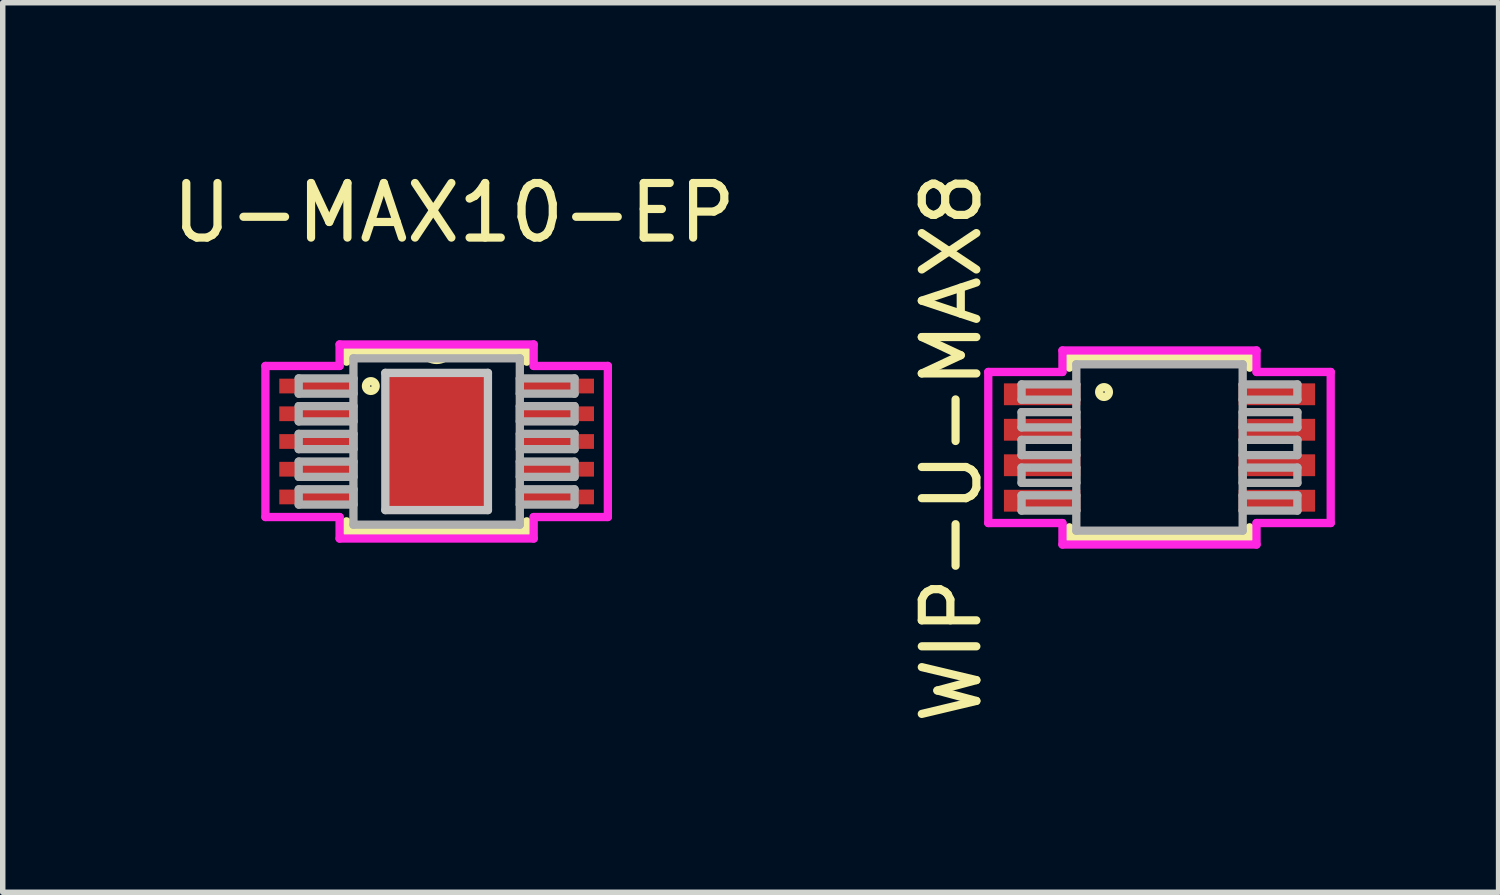
<source format=kicad_pcb>
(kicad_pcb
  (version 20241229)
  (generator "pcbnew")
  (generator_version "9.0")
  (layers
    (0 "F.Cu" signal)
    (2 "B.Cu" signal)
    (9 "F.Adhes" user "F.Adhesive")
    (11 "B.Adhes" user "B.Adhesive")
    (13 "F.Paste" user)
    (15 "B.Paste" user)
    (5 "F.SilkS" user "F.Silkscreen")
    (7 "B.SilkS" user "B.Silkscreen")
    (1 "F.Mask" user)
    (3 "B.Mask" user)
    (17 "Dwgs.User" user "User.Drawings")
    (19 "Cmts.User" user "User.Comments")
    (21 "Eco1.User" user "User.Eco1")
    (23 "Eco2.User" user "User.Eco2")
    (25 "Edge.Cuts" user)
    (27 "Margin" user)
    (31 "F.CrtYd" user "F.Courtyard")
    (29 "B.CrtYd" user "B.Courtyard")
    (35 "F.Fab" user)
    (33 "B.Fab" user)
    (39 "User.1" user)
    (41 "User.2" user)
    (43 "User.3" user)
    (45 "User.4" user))
  (footprint "U-MAX10-EP"
    (layer "F.Cu")
    (at 4.95 5.039)
    (property "Reference" "U-MAX10-EP" (at 0.318 -4.191 0) (layer "F.SilkS") (effects (font (size 1 1) (thickness 0.15))))
    (attr smd)
    (fp_line (start -1.651 -1.651) (end -1.651 -1.463) (stroke (width 0.152) (type solid)) (layer "F.SilkS"))
    (fp_line (start -1.651 1.463) (end -1.651 1.651) (stroke (width 0.152) (type solid)) (layer "F.SilkS"))
    (fp_line (start -1.651 1.651) (end 1.651 1.651) (stroke (width 0.152) (type solid)) (layer "F.SilkS"))
    (fp_line (start 1.651 -1.651) (end -1.651 -1.651) (stroke (width 0.152) (type solid)) (layer "F.SilkS"))
    (fp_line (start 1.651 -1.463) (end 1.651 -1.651) (stroke (width 0.152) (type solid)) (layer "F.SilkS"))
    (fp_line (start 1.651 1.651) (end 1.651 1.463) (stroke (width 0.152) (type solid)) (layer "F.SilkS"))
    (fp_arc (start 0.254 -1.651) (mid 0 -1.494019) (end -0.254 -1.651) (stroke (width 0.1524) (type solid)) (layer "F.SilkS"))
    (fp_circle (center -1.206 -1.016) (end -1.143 -0.953) (stroke (width 0.152) (type solid)) (fill no) (layer "F.SilkS"))
    (fp_line (start -0.94 -1.257) (end -0.94 1.257) (stroke (width 0.152) (type solid)) (layer "Dwgs.User"))
    (fp_line (start -0.94 1.257) (end 0.94 1.257) (stroke (width 0.152) (type solid)) (layer "Dwgs.User"))
    (fp_line (start 0.94 -1.257) (end -0.94 -1.257) (stroke (width 0.152) (type solid)) (layer "Dwgs.User"))
    (fp_line (start 0.94 1.257) (end 0.94 -1.257) (stroke (width 0.152) (type solid)) (layer "Dwgs.User"))
    (fp_line (start -3.137 -1.384) (end -1.778 -1.384) (stroke (width 0.152) (type solid)) (layer "F.CrtYd"))
    (fp_line (start -3.137 1.384) (end -3.137 -1.384) (stroke (width 0.152) (type solid)) (layer "F.CrtYd"))
    (fp_line (start -1.778 -1.778) (end 1.778 -1.778) (stroke (width 0.152) (type solid)) (layer "F.CrtYd"))
    (fp_line (start -1.778 -1.384) (end -1.778 -1.778) (stroke (width 0.152) (type solid)) (layer "F.CrtYd"))
    (fp_line (start -1.778 1.384) (end -3.137 1.384) (stroke (width 0.152) (type solid)) (layer "F.CrtYd"))
    (fp_line (start -1.778 1.778) (end -1.778 1.384) (stroke (width 0.152) (type solid)) (layer "F.CrtYd"))
    (fp_line (start 1.778 -1.778) (end 1.778 -1.384) (stroke (width 0.152) (type solid)) (layer "F.CrtYd"))
    (fp_line (start 1.778 -1.384) (end 3.137 -1.384) (stroke (width 0.152) (type solid)) (layer "F.CrtYd"))
    (fp_line (start 1.778 1.384) (end 1.778 1.778) (stroke (width 0.152) (type solid)) (layer "F.CrtYd"))
    (fp_line (start 1.778 1.778) (end -1.778 1.778) (stroke (width 0.152) (type solid)) (layer "F.CrtYd"))
    (fp_line (start 3.137 -1.384) (end 3.137 1.384) (stroke (width 0.152) (type solid)) (layer "F.CrtYd"))
    (fp_line (start 3.137 1.384) (end 1.778 1.384) (stroke (width 0.152) (type solid)) (layer "F.CrtYd"))
    (fp_line (start -2.527 -1.156) (end -2.527 -0.876) (stroke (width 0.152) (type solid)) (layer "F.Fab"))
    (fp_line (start -2.527 -0.876) (end -1.524 -0.876) (stroke (width 0.152) (type solid)) (layer "F.Fab"))
    (fp_line (start -2.527 -0.648) (end -2.527 -0.368) (stroke (width 0.152) (type solid)) (layer "F.Fab"))
    (fp_line (start -2.527 -0.368) (end -1.524 -0.368) (stroke (width 0.152) (type solid)) (layer "F.Fab"))
    (fp_line (start -2.527 -0.14) (end -2.527 0.14) (stroke (width 0.152) (type solid)) (layer "F.Fab"))
    (fp_line (start -2.527 0.14) (end -1.524 0.14) (stroke (width 0.152) (type solid)) (layer "F.Fab"))
    (fp_line (start -2.527 0.368) (end -2.527 0.648) (stroke (width 0.152) (type solid)) (layer "F.Fab"))
    (fp_line (start -2.527 0.648) (end -1.524 0.648) (stroke (width 0.152) (type solid)) (layer "F.Fab"))
    (fp_line (start -2.527 0.876) (end -2.527 1.156) (stroke (width 0.152) (type solid)) (layer "F.Fab"))
    (fp_line (start -2.527 1.156) (end -1.524 1.156) (stroke (width 0.152) (type solid)) (layer "F.Fab"))
    (fp_line (start -1.524 -1.524) (end -1.524 1.524) (stroke (width 0.152) (type solid)) (layer "F.Fab"))
    (fp_line (start -1.524 -1.156) (end -2.527 -1.156) (stroke (width 0.152) (type solid)) (layer "F.Fab"))
    (fp_line (start -1.524 -0.876) (end -1.524 -1.156) (stroke (width 0.152) (type solid)) (layer "F.Fab"))
    (fp_line (start -1.524 -0.648) (end -2.527 -0.648) (stroke (width 0.152) (type solid)) (layer "F.Fab"))
    (fp_line (start -1.524 -0.368) (end -1.524 -0.648) (stroke (width 0.152) (type solid)) (layer "F.Fab"))
    (fp_line (start -1.524 -0.14) (end -2.527 -0.14) (stroke (width 0.152) (type solid)) (layer "F.Fab"))
    (fp_line (start -1.524 0.14) (end -1.524 -0.14) (stroke (width 0.152) (type solid)) (layer "F.Fab"))
    (fp_line (start -1.524 0.368) (end -2.527 0.368) (stroke (width 0.152) (type solid)) (layer "F.Fab"))
    (fp_line (start -1.524 0.648) (end -1.524 0.368) (stroke (width 0.152) (type solid)) (layer "F.Fab"))
    (fp_line (start -1.524 0.876) (end -2.527 0.876) (stroke (width 0.152) (type solid)) (layer "F.Fab"))
    (fp_line (start -1.524 1.156) (end -1.524 0.876) (stroke (width 0.152) (type solid)) (layer "F.Fab"))
    (fp_line (start -1.524 1.524) (end 1.524 1.524) (stroke (width 0.152) (type solid)) (layer "F.Fab"))
    (fp_line (start 1.524 -1.524) (end -1.524 -1.524) (stroke (width 0.152) (type solid)) (layer "F.Fab"))
    (fp_line (start 1.524 -1.156) (end 1.524 -0.876) (stroke (width 0.152) (type solid)) (layer "F.Fab"))
    (fp_line (start 1.524 -0.876) (end 2.527 -0.876) (stroke (width 0.152) (type solid)) (layer "F.Fab"))
    (fp_line (start 1.524 -0.648) (end 1.524 -0.368) (stroke (width 0.152) (type solid)) (layer "F.Fab"))
    (fp_line (start 1.524 -0.368) (end 2.527 -0.368) (stroke (width 0.152) (type solid)) (layer "F.Fab"))
    (fp_line (start 1.524 -0.14) (end 1.524 0.14) (stroke (width 0.152) (type solid)) (layer "F.Fab"))
    (fp_line (start 1.524 0.14) (end 2.527 0.14) (stroke (width 0.152) (type solid)) (layer "F.Fab"))
    (fp_line (start 1.524 0.368) (end 1.524 0.648) (stroke (width 0.152) (type solid)) (layer "F.Fab"))
    (fp_line (start 1.524 0.648) (end 2.527 0.648) (stroke (width 0.152) (type solid)) (layer "F.Fab"))
    (fp_line (start 1.524 0.876) (end 1.524 1.156) (stroke (width 0.152) (type solid)) (layer "F.Fab"))
    (fp_line (start 1.524 1.156) (end 2.527 1.156) (stroke (width 0.152) (type solid)) (layer "F.Fab"))
    (fp_line (start 1.524 1.524) (end 1.524 -1.524) (stroke (width 0.152) (type solid)) (layer "F.Fab"))
    (fp_line (start 2.527 -1.156) (end 1.524 -1.156) (stroke (width 0.152) (type solid)) (layer "F.Fab"))
    (fp_line (start 2.527 -0.876) (end 2.527 -1.156) (stroke (width 0.152) (type solid)) (layer "F.Fab"))
    (fp_line (start 2.527 -0.648) (end 1.524 -0.648) (stroke (width 0.152) (type solid)) (layer "F.Fab"))
    (fp_line (start 2.527 -0.368) (end 2.527 -0.648) (stroke (width 0.152) (type solid)) (layer "F.Fab"))
    (fp_line (start 2.527 -0.14) (end 1.524 -0.14) (stroke (width 0.152) (type solid)) (layer "F.Fab"))
    (fp_line (start 2.527 0.14) (end 2.527 -0.14) (stroke (width 0.152) (type solid)) (layer "F.Fab"))
    (fp_line (start 2.527 0.368) (end 1.524 0.368) (stroke (width 0.152) (type solid)) (layer "F.Fab"))
    (fp_line (start 2.527 0.648) (end 2.527 0.368) (stroke (width 0.152) (type solid)) (layer "F.Fab"))
    (fp_line (start 2.527 0.876) (end 1.524 0.876) (stroke (width 0.152) (type solid)) (layer "F.Fab"))
    (fp_line (start 2.527 1.156) (end 2.527 0.876) (stroke (width 0.152) (type solid)) (layer "F.Fab"))
    (pad "1" smd rect (at -2.172 -1.016) (size 1.422 0.27) (layers "F.Cu" "F.Mask" "F.Paste"))
    (pad "2" smd rect (at -2.172 -0.508) (size 1.422 0.27) (layers "F.Cu" "F.Mask" "F.Paste"))
    (pad "3" smd rect (at -2.172 0) (size 1.422 0.27) (layers "F.Cu" "F.Mask" "F.Paste"))
    (pad "4" smd rect (at -2.172 0.508) (size 1.422 0.27) (layers "F.Cu" "F.Mask" "F.Paste"))
    (pad "5" smd rect (at -2.172 1.016) (size 1.422 0.27) (layers "F.Cu" "F.Mask" "F.Paste"))
    (pad "6" smd rect (at 2.172 1.016) (size 1.422 0.27) (layers "F.Cu" "F.Mask" "F.Paste"))
    (pad "7" smd rect (at 2.172 0.508) (size 1.422 0.27) (layers "F.Cu" "F.Mask" "F.Paste"))
    (pad "8" smd rect (at 2.172 0) (size 1.422 0.27) (layers "F.Cu" "F.Mask" "F.Paste"))
    (pad "9" smd rect (at 2.172 -0.508) (size 1.422 0.27) (layers "F.Cu" "F.Mask" "F.Paste"))
    (pad "10" smd rect (at 2.172 -1.016) (size 1.422 0.27) (layers "F.Cu" "F.Mask" "F.Paste"))
    (pad "EPAD" smd rect (at 0 0) (size 1.88 2.47) (layers "F.Cu" "F.Mask" "F.Paste")))
  (footprint "WIP-U-MAX8"
    (layer "F.Cu")
    (at 18.194 5.149)
    (property "Reference" "WIP-U-MAX8" (at -3.81 0 90) (layer "F.SilkS") (effects (font (size 1 1) (thickness 0.15))))
    (attr smd)
    (fp_line (start -1.651 -1.651) (end -1.651 -1.463) (stroke (width 0.152) (type solid)) (layer "F.SilkS"))
    (fp_line (start -1.651 1.463) (end -1.651 1.651) (stroke (width 0.152) (type solid)) (layer "F.SilkS"))
    (fp_line (start -1.651 1.651) (end 1.651 1.651) (stroke (width 0.152) (type solid)) (layer "F.SilkS"))
    (fp_line (start 1.651 -1.651) (end -1.651 -1.651) (stroke (width 0.152) (type solid)) (layer "F.SilkS"))
    (fp_line (start 1.651 -1.463) (end 1.651 -1.651) (stroke (width 0.152) (type solid)) (layer "F.SilkS"))
    (fp_line (start 1.651 1.651) (end 1.651 1.463) (stroke (width 0.152) (type solid)) (layer "F.SilkS"))
    (fp_circle (center -1.016 -1.016) (end -0.953 -0.953) (stroke (width 0.152) (type solid)) (fill no) (layer "F.SilkS"))
    (fp_line (start -3.137 -1.384) (end -1.778 -1.384) (stroke (width 0.152) (type solid)) (layer "F.CrtYd"))
    (fp_line (start -3.137 1.384) (end -3.137 -1.384) (stroke (width 0.152) (type solid)) (layer "F.CrtYd"))
    (fp_line (start -1.778 -1.778) (end 1.778 -1.778) (stroke (width 0.152) (type solid)) (layer "F.CrtYd"))
    (fp_line (start -1.778 -1.384) (end -1.778 -1.778) (stroke (width 0.152) (type solid)) (layer "F.CrtYd"))
    (fp_line (start -1.778 1.384) (end -3.137 1.384) (stroke (width 0.152) (type solid)) (layer "F.CrtYd"))
    (fp_line (start -1.778 1.778) (end -1.778 1.384) (stroke (width 0.152) (type solid)) (layer "F.CrtYd"))
    (fp_line (start 1.778 -1.778) (end 1.778 -1.384) (stroke (width 0.152) (type solid)) (layer "F.CrtYd"))
    (fp_line (start 1.778 -1.384) (end 3.137 -1.384) (stroke (width 0.152) (type solid)) (layer "F.CrtYd"))
    (fp_line (start 1.778 1.384) (end 1.778 1.778) (stroke (width 0.152) (type solid)) (layer "F.CrtYd"))
    (fp_line (start 1.778 1.778) (end -1.778 1.778) (stroke (width 0.152) (type solid)) (layer "F.CrtYd"))
    (fp_line (start 3.137 -1.384) (end 3.137 1.384) (stroke (width 0.152) (type solid)) (layer "F.CrtYd"))
    (fp_line (start 3.137 1.384) (end 1.778 1.384) (stroke (width 0.152) (type solid)) (layer "F.CrtYd"))
    (fp_line (start -2.527 -1.156) (end -2.527 -0.876) (stroke (width 0.152) (type solid)) (layer "F.Fab"))
    (fp_line (start -2.527 -0.876) (end -1.524 -0.876) (stroke (width 0.152) (type solid)) (layer "F.Fab"))
    (fp_line (start -2.527 -0.648) (end -2.527 -0.368) (stroke (width 0.152) (type solid)) (layer "F.Fab"))
    (fp_line (start -2.527 -0.368) (end -1.524 -0.368) (stroke (width 0.152) (type solid)) (layer "F.Fab"))
    (fp_line (start -2.527 -0.14) (end -2.527 0.14) (stroke (width 0.152) (type solid)) (layer "F.Fab"))
    (fp_line (start -2.527 0.14) (end -1.524 0.14) (stroke (width 0.152) (type solid)) (layer "F.Fab"))
    (fp_line (start -2.527 0.368) (end -2.527 0.648) (stroke (width 0.152) (type solid)) (layer "F.Fab"))
    (fp_line (start -2.527 0.648) (end -1.524 0.648) (stroke (width 0.152) (type solid)) (layer "F.Fab"))
    (fp_line (start -2.527 0.876) (end -2.527 1.156) (stroke (width 0.152) (type solid)) (layer "F.Fab"))
    (fp_line (start -2.527 1.156) (end -1.524 1.156) (stroke (width 0.152) (type solid)) (layer "F.Fab"))
    (fp_line (start -1.524 -1.524) (end -1.524 1.524) (stroke (width 0.152) (type solid)) (layer "F.Fab"))
    (fp_line (start -1.524 -1.156) (end -2.527 -1.156) (stroke (width 0.152) (type solid)) (layer "F.Fab"))
    (fp_line (start -1.524 -0.876) (end -1.524 -1.156) (stroke (width 0.152) (type solid)) (layer "F.Fab"))
    (fp_line (start -1.524 -0.648) (end -2.527 -0.648) (stroke (width 0.152) (type solid)) (layer "F.Fab"))
    (fp_line (start -1.524 -0.368) (end -1.524 -0.648) (stroke (width 0.152) (type solid)) (layer "F.Fab"))
    (fp_line (start -1.524 -0.14) (end -2.527 -0.14) (stroke (width 0.152) (type solid)) (layer "F.Fab"))
    (fp_line (start -1.524 0.14) (end -1.524 -0.14) (stroke (width 0.152) (type solid)) (layer "F.Fab"))
    (fp_line (start -1.524 0.368) (end -2.527 0.368) (stroke (width 0.152) (type solid)) (layer "F.Fab"))
    (fp_line (start -1.524 0.648) (end -1.524 0.368) (stroke (width 0.152) (type solid)) (layer "F.Fab"))
    (fp_line (start -1.524 0.876) (end -2.527 0.876) (stroke (width 0.152) (type solid)) (layer "F.Fab"))
    (fp_line (start -1.524 1.156) (end -1.524 0.876) (stroke (width 0.152) (type solid)) (layer "F.Fab"))
    (fp_line (start -1.524 1.524) (end 1.524 1.524) (stroke (width 0.152) (type solid)) (layer "F.Fab"))
    (fp_line (start 1.524 -1.524) (end -1.524 -1.524) (stroke (width 0.152) (type solid)) (layer "F.Fab"))
    (fp_line (start 1.524 -1.156) (end 1.524 -0.876) (stroke (width 0.152) (type solid)) (layer "F.Fab"))
    (fp_line (start 1.524 -0.876) (end 2.527 -0.876) (stroke (width 0.152) (type solid)) (layer "F.Fab"))
    (fp_line (start 1.524 -0.648) (end 1.524 -0.368) (stroke (width 0.152) (type solid)) (layer "F.Fab"))
    (fp_line (start 1.524 -0.368) (end 2.527 -0.368) (stroke (width 0.152) (type solid)) (layer "F.Fab"))
    (fp_line (start 1.524 -0.14) (end 1.524 0.14) (stroke (width 0.152) (type solid)) (layer "F.Fab"))
    (fp_line (start 1.524 0.14) (end 2.527 0.14) (stroke (width 0.152) (type solid)) (layer "F.Fab"))
    (fp_line (start 1.524 0.368) (end 1.524 0.648) (stroke (width 0.152) (type solid)) (layer "F.Fab"))
    (fp_line (start 1.524 0.648) (end 2.527 0.648) (stroke (width 0.152) (type solid)) (layer "F.Fab"))
    (fp_line (start 1.524 0.876) (end 1.524 1.156) (stroke (width 0.152) (type solid)) (layer "F.Fab"))
    (fp_line (start 1.524 1.156) (end 2.527 1.156) (stroke (width 0.152) (type solid)) (layer "F.Fab"))
    (fp_line (start 1.524 1.524) (end 1.524 -1.524) (stroke (width 0.152) (type solid)) (layer "F.Fab"))
    (fp_line (start 2.527 -1.156) (end 1.524 -1.156) (stroke (width 0.152) (type solid)) (layer "F.Fab"))
    (fp_line (start 2.527 -0.876) (end 2.527 -1.156) (stroke (width 0.152) (type solid)) (layer "F.Fab"))
    (fp_line (start 2.527 -0.648) (end 1.524 -0.648) (stroke (width 0.152) (type solid)) (layer "F.Fab"))
    (fp_line (start 2.527 -0.368) (end 2.527 -0.648) (stroke (width 0.152) (type solid)) (layer "F.Fab"))
    (fp_line (start 2.527 -0.14) (end 1.524 -0.14) (stroke (width 0.152) (type solid)) (layer "F.Fab"))
    (fp_line (start 2.527 0.14) (end 2.527 -0.14) (stroke (width 0.152) (type solid)) (layer "F.Fab"))
    (fp_line (start 2.527 0.368) (end 1.524 0.368) (stroke (width 0.152) (type solid)) (layer "F.Fab"))
    (fp_line (start 2.527 0.648) (end 2.527 0.368) (stroke (width 0.152) (type solid)) (layer "F.Fab"))
    (fp_line (start 2.527 0.876) (end 1.524 0.876) (stroke (width 0.152) (type solid)) (layer "F.Fab"))
    (fp_line (start 2.527 1.156) (end 2.527 0.876) (stroke (width 0.152) (type solid)) (layer "F.Fab"))
    (pad "1" smd rect (at -2.15 -0.975 270) (size 0.4 1.4) (layers "F.Cu" "F.Mask" "F.Paste"))
    (pad "2" smd rect (at -2.15 -0.325 270) (size 0.4 1.4) (layers "F.Cu" "F.Mask" "F.Paste"))
    (pad "3" smd rect (at -2.15 0.325 270) (size 0.4 1.4) (layers "F.Cu" "F.Mask" "F.Paste"))
    (pad "4" smd rect (at -2.15 0.975 270) (size 0.4 1.4) (layers "F.Cu" "F.Mask" "F.Paste"))
    (pad "5" smd rect (at 2.15 0.975 270) (size 0.4 1.4) (layers "F.Cu" "F.Mask" "F.Paste"))
    (pad "6" smd rect (at 2.15 0.325 270) (size 0.4 1.4) (layers "F.Cu" "F.Mask" "F.Paste"))
    (pad "7" smd rect (at 2.15 -0.325 270) (size 0.4 1.4) (layers "F.Cu" "F.Mask" "F.Paste"))
    (pad "8" smd rect (at 2.15 -0.975 270) (size 0.4 1.4) (layers "F.Cu" "F.Mask" "F.Paste")))
  (gr_rect
    (start -3 -3)
    (end 24.407 13.298)
    (stroke (width 0.1) (type default))
    (fill no)
    (layer "Edge.Cuts")))
</source>
